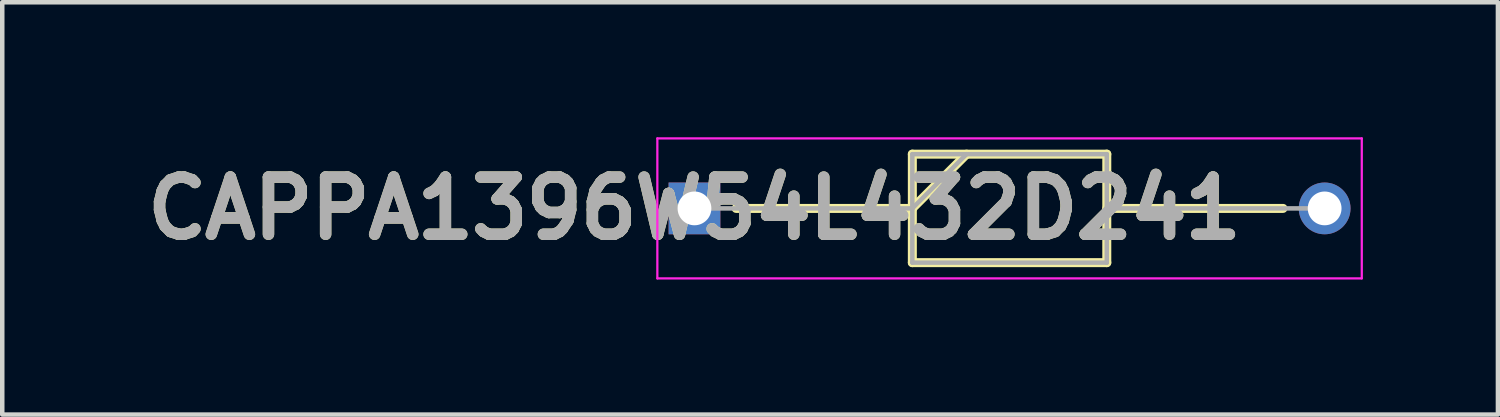
<source format=kicad_pcb>
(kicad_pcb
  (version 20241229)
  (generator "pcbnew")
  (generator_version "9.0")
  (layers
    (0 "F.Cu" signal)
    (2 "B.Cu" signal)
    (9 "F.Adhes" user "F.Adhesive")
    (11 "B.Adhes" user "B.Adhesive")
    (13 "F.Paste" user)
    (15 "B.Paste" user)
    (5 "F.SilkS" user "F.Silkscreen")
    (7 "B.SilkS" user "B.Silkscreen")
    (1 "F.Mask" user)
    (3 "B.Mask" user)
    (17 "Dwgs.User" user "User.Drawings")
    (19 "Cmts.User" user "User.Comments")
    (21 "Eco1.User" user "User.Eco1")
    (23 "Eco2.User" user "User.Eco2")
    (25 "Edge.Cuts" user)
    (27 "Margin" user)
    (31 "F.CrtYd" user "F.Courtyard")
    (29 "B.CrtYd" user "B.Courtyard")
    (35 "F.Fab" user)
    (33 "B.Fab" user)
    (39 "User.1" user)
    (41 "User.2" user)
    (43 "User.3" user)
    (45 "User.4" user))
  (footprint "CAPPA1396W54L432D241"
    (layer "F.Cu")
    (at 12.379 1.58)
    (property "Reference" "CAPPA1396W54L432D241" (at 0 0 0) (layer "F.SilkS") (effects (font (size 1.27 1.27) (thickness 0.254))))
    (attr through_hole)
    (fp_line (start 0.925 0) (end 4.84 0) (stroke (width 0.2) (type solid)) (layer "F.SilkS"))
    (fp_line (start 4.84 -1.205) (end 9.16 -1.205) (stroke (width 0.2) (type solid)) (layer "F.SilkS"))
    (fp_line (start 4.84 0) (end 6.045 -1.205) (stroke (width 0.2) (type solid)) (layer "F.SilkS"))
    (fp_line (start 4.84 1.205) (end 4.84 -1.205) (stroke (width 0.2) (type solid)) (layer "F.SilkS"))
    (fp_line (start 9.16 -1.205) (end 9.16 1.205) (stroke (width 0.2) (type solid)) (layer "F.SilkS"))
    (fp_line (start 9.16 0) (end 13.075 0) (stroke (width 0.2) (type solid)) (layer "F.SilkS"))
    (fp_line (start 9.16 1.205) (end 4.84 1.205) (stroke (width 0.2) (type solid)) (layer "F.SilkS"))
    (fp_line (start -0.825 -1.555) (end 14.825 -1.555) (stroke (width 0.05) (type solid)) (layer "F.CrtYd"))
    (fp_line (start -0.825 1.555) (end -0.825 -1.555) (stroke (width 0.05) (type solid)) (layer "F.CrtYd"))
    (fp_line (start 14.825 -1.555) (end 14.825 1.555) (stroke (width 0.05) (type solid)) (layer "F.CrtYd"))
    (fp_line (start 14.825 1.555) (end -0.825 1.555) (stroke (width 0.05) (type solid)) (layer "F.CrtYd"))
    (fp_line (start 0 0) (end 4.84 0) (stroke (width 0.1) (type solid)) (layer "F.Fab"))
    (fp_line (start 4.84 -1.205) (end 9.16 -1.205) (stroke (width 0.1) (type solid)) (layer "F.Fab"))
    (fp_line (start 4.84 0) (end 6.045 -1.205) (stroke (width 0.1) (type solid)) (layer "F.Fab"))
    (fp_line (start 4.84 1.205) (end 4.84 -1.205) (stroke (width 0.1) (type solid)) (layer "F.Fab"))
    (fp_line (start 9.16 -1.205) (end 9.16 1.205) (stroke (width 0.1) (type solid)) (layer "F.Fab"))
    (fp_line (start 9.16 0) (end 14 0) (stroke (width 0.1) (type solid)) (layer "F.Fab"))
    (fp_line (start 9.16 1.205) (end 4.84 1.205) (stroke (width 0.1) (type solid)) (layer "F.Fab"))
    (fp_text user "${REFERENCE}" (at 0 0 0) (layer "F.Fab") (effects (font (size 1.27 1.27) (thickness 0.254))))
    (pad "1" thru_hole rect (at 0 0) (size 1.15 1.15) (drill 0.75) (layers "*.Cu" "*.Mask"))
    (pad "2" thru_hole circle (at 14 0) (size 1.15 1.15) (drill 0.75) (layers "*.Cu" "*.Mask")))
  (gr_rect
    (start -3 -3)
    (end 30.229 6.16)
    (stroke (width 0.1) (type default))
    (fill no)
    (layer "Edge.Cuts")))
</source>
